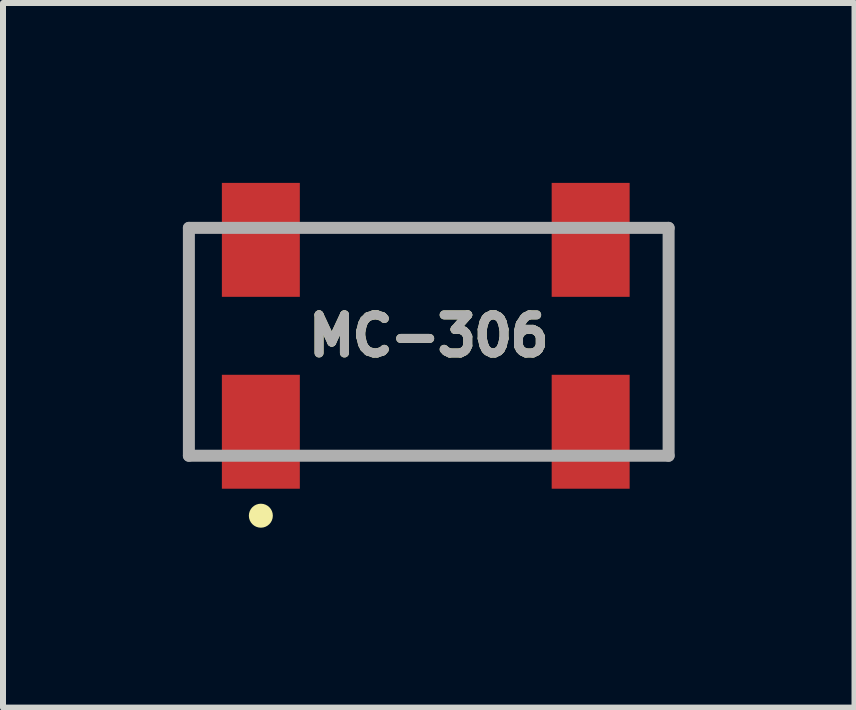
<source format=kicad_pcb>
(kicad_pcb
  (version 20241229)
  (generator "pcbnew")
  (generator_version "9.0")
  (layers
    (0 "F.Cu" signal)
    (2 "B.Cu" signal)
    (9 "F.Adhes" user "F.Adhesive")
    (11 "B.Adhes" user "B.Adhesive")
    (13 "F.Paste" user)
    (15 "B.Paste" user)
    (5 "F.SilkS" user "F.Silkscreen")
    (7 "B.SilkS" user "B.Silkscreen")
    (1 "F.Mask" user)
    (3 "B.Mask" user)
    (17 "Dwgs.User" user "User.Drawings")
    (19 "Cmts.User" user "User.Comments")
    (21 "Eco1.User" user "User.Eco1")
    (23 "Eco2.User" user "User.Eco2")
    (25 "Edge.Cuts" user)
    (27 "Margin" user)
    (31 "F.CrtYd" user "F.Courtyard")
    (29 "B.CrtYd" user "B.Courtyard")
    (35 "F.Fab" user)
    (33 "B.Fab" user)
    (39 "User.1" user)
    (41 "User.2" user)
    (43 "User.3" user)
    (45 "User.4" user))
  (footprint "MC-306"
    (layer "F.Cu")
    (at 4.1 2.55)
    (property "Reference" "MC-306" (at 0 0 0) (layer "F.SilkS") (effects (font (size 0.635 0.635) (thickness 0.15))))
    (attr smd)
    (fp_line (start -4 -1.8) (end -4 2) (stroke (width 0.1) (type solid)) (layer "F.SilkS"))
    (fp_line (start 4 -1.8) (end 4 2) (stroke (width 0.1) (type solid)) (layer "F.SilkS"))
    (fp_circle (center -2.8 3) (end -2.8 3.1) (stroke (width 0.2) (type solid)) (fill no) (layer "F.SilkS"))
    (fp_line (start -4 -1.8) (end -4 2) (stroke (width 0.2) (type solid)) (layer "F.Fab"))
    (fp_line (start -4 2) (end 4 2) (stroke (width 0.2) (type solid)) (layer "F.Fab"))
    (fp_line (start 4 -1.8) (end -4 -1.8) (stroke (width 0.2) (type solid)) (layer "F.Fab"))
    (fp_line (start 4 2) (end 4 -1.8) (stroke (width 0.2) (type solid)) (layer "F.Fab"))
    (fp_text user "${REFERENCE}" (at 0 0 0) (layer "F.Fab") (effects (font (size 0.635 0.635) (thickness 0.15))))
    (pad "1" smd rect (at -2.8 1.6) (size 1.3 1.9) (layers "F.Cu" "F.Mask" "F.Paste"))
    (pad "2" smd rect (at 2.7 1.6) (size 1.3 1.9) (layers "F.Cu" "F.Mask" "F.Paste"))
    (pad "3" smd rect (at 2.7 -1.6) (size 1.3 1.9) (layers "F.Cu" "F.Mask" "F.Paste"))
    (pad "4" smd rect (at -2.8 -1.6) (size 1.3 1.9) (layers "F.Cu" "F.Mask" "F.Paste")))
  (gr_rect
    (start -3 -3)
    (end 11.2 8.75)
    (stroke (width 0.1) (type default))
    (fill no)
    (layer "Edge.Cuts")))
</source>
